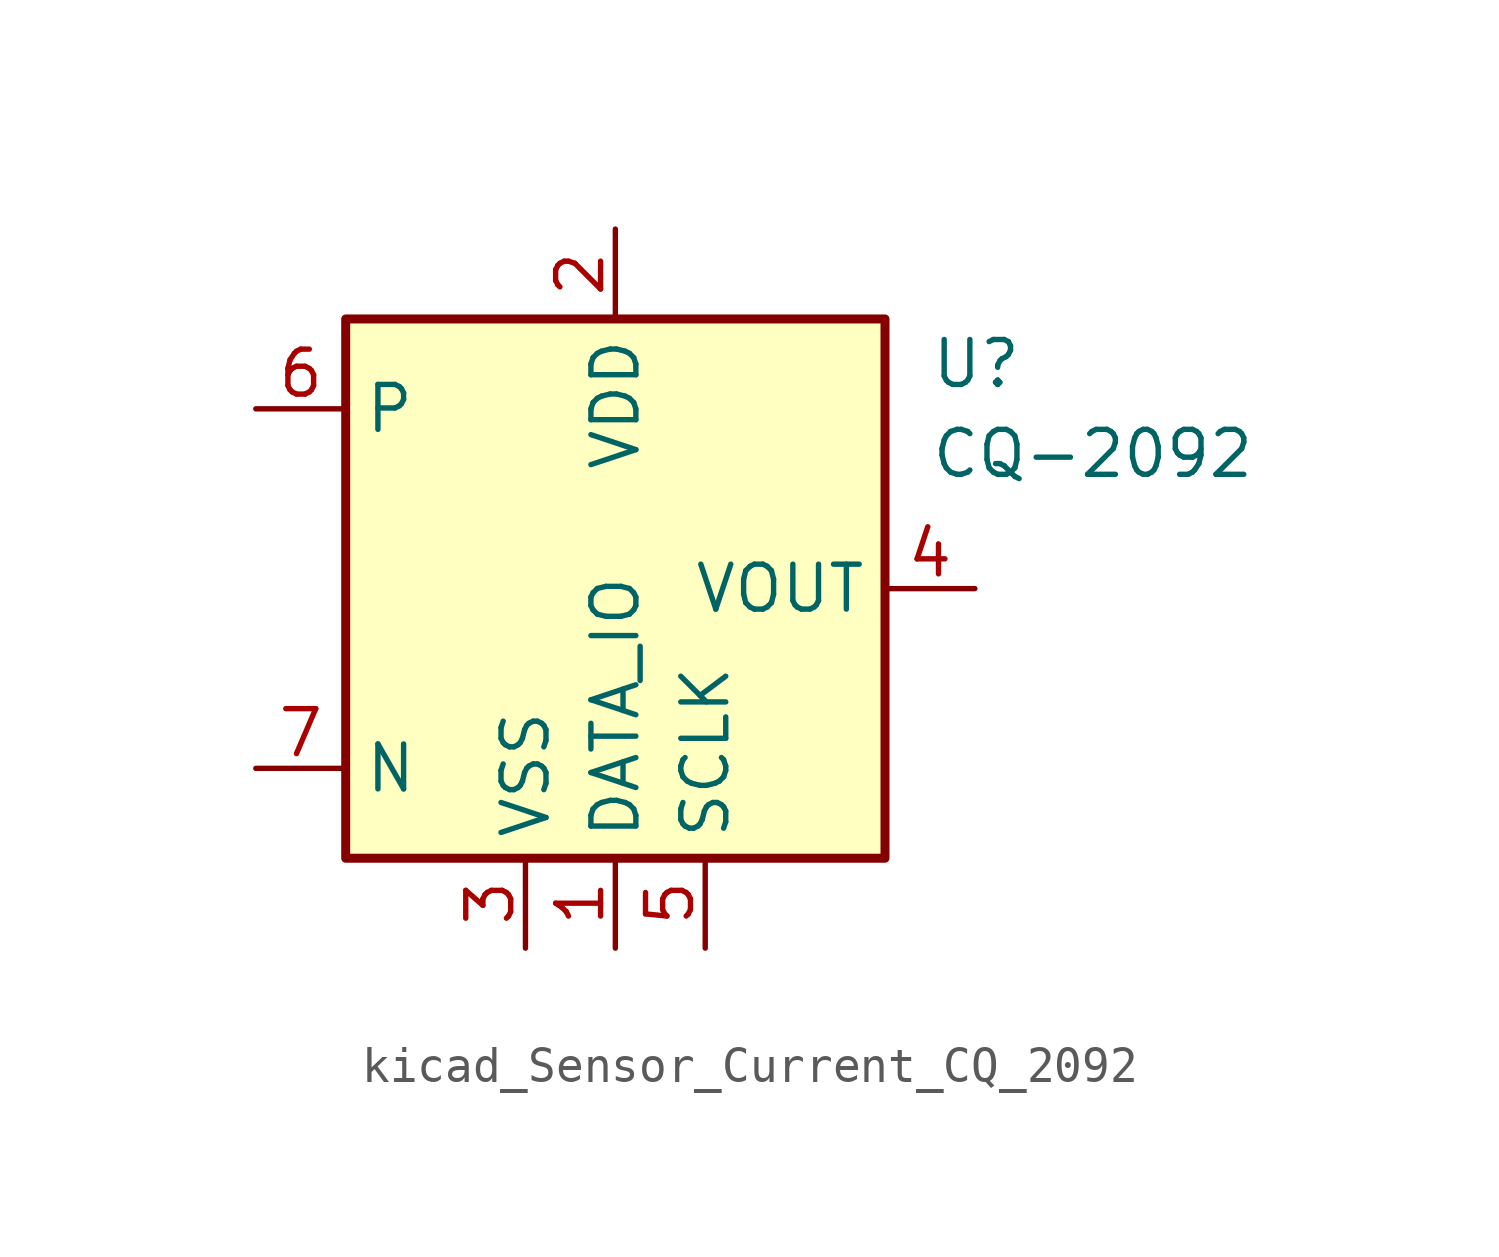
<source format=kicad_sym>
(kicad_symbol_lib
  (version 20220914)
  (generator kicad_symbol_editor)
  (symbol "kicad_Sensor_Current_CQ_2092"
    (property "Reference" "U"
      (at 8.89 6.35 0)
      (effects (font (size 1.27 1.27)) (justify left)))
    (property "Value" "CQ-2092"
      (at 8.89 3.81 0)
      (effects (font (size 1.27 1.27)) (justify left)))
    (symbol "kicad_Sensor_Current_CQ_2092_0_1"
      (rectangle (start -7.62 7.62) (end 7.62 -7.62) (stroke (width 0.254) (type default)) (fill (type background))))
    (symbol "kicad_Sensor_Current_CQ_2092_1_1"
      (pin power_in line (at 0 -10.16 90) (length 2.54) (name "DATA_IO" (effects (font (size 1.27 1.27)))) (number "1" (effects (font (size 1.27 1.27)))))
      (pin power_in line (at 0 10.16 270) (length 2.54) (name "VDD" (effects (font (size 1.27 1.27)))) (number "2" (effects (font (size 1.27 1.27)))))
      (pin power_in line (at -2.54 -10.16 90) (length 2.54) (name "VSS" (effects (font (size 1.27 1.27)))) (number "3" (effects (font (size 1.27 1.27)))))
      (pin output line (at 10.16 0 180) (length 2.54) (name "VOUT" (effects (font (size 1.27 1.27)))) (number "4" (effects (font (size 1.27 1.27)))))
      (pin power_in line (at 2.54 -10.16 90) (length 2.54) (name "SCLK" (effects (font (size 1.27 1.27)))) (number "5" (effects (font (size 1.27 1.27)))))
      (pin passive line (at -10.16 5.08 0) (length 2.54) (name "P" (effects (font (size 1.27 1.27)))) (number "6" (effects (font (size 1.27 1.27)))))
      (pin passive line (at -10.16 -5.08 0) (length 2.54) (name "N" (effects (font (size 1.27 1.27)))) (number "7" (effects (font (size 1.27 1.27))))))))
</source>
